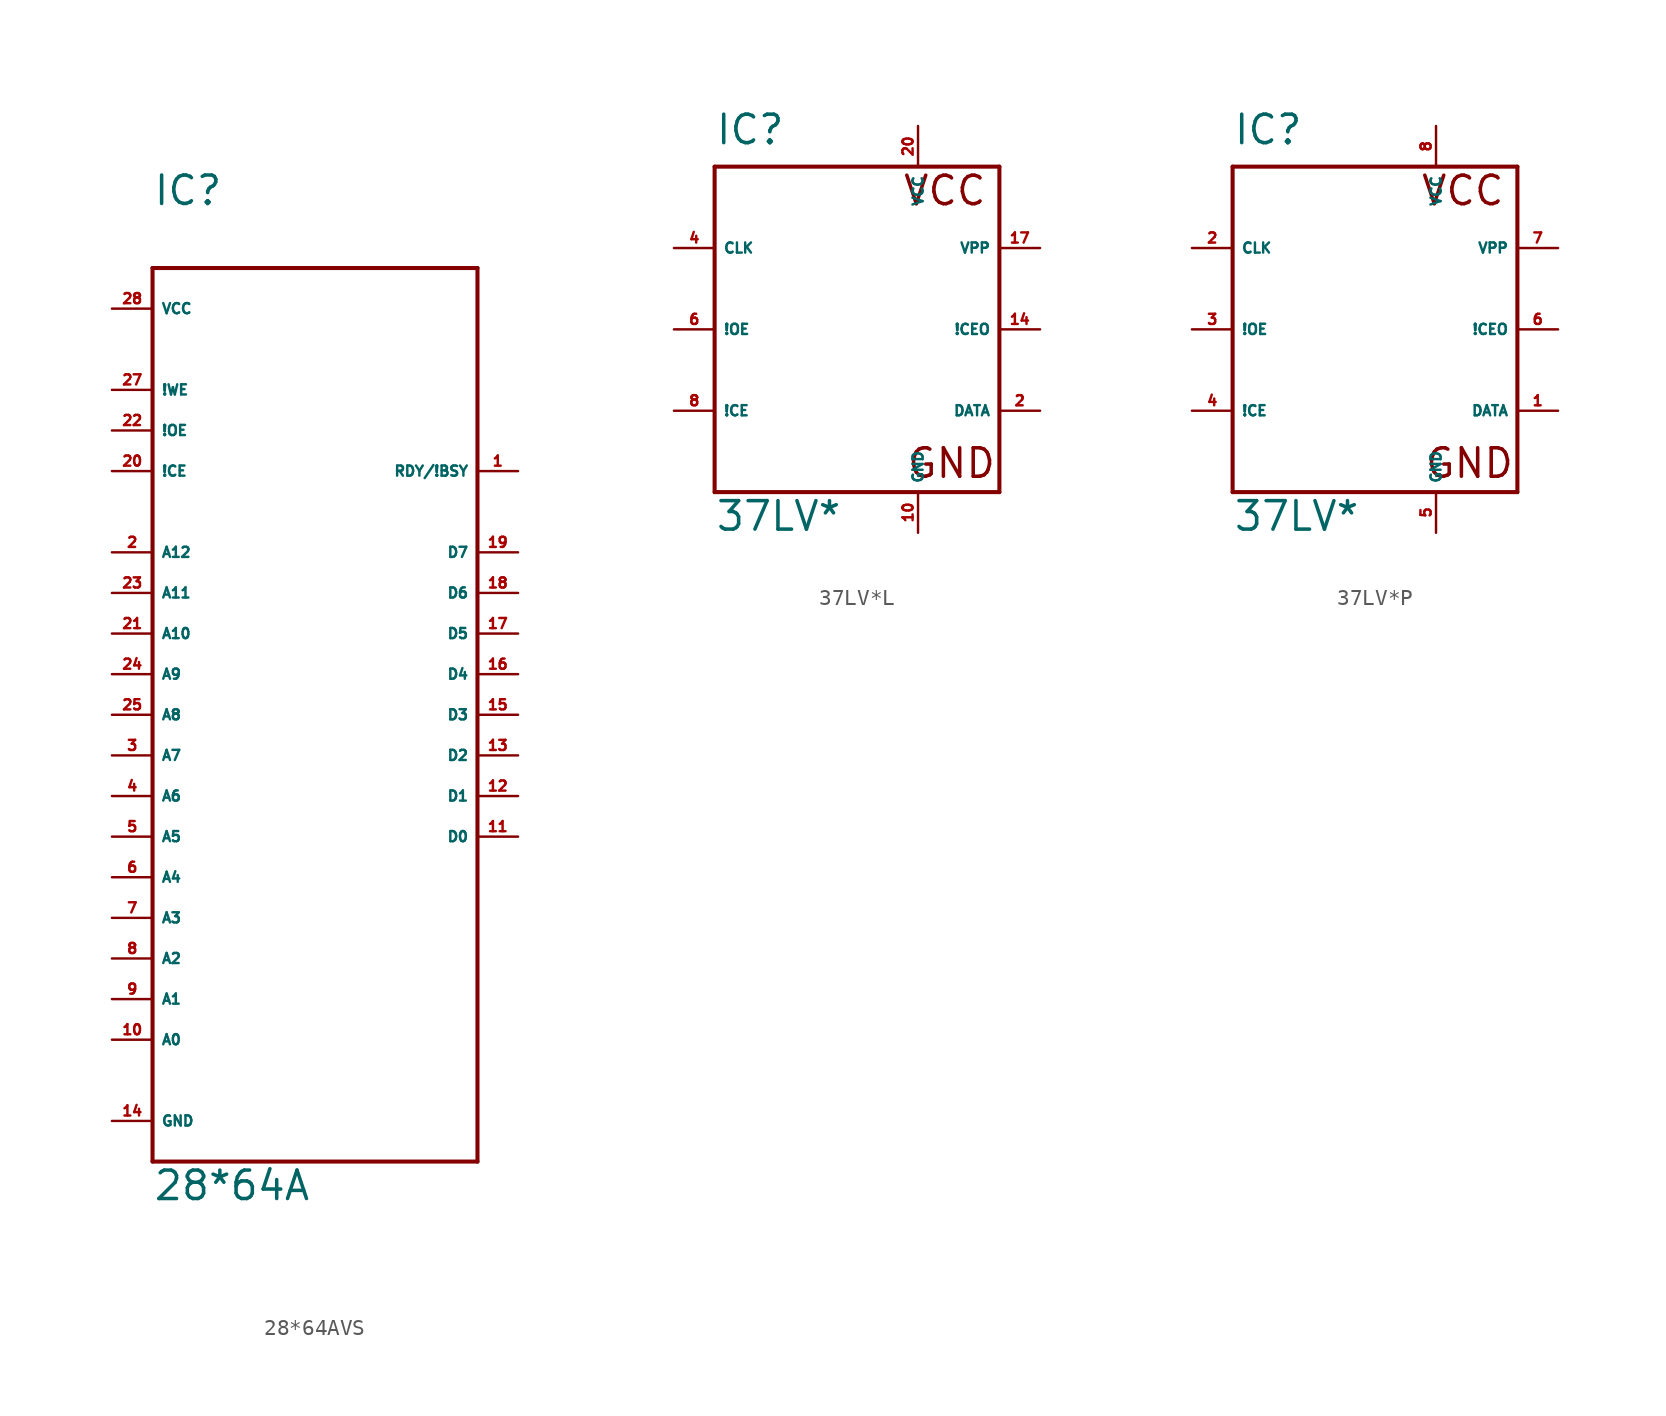
<source format=kicad_sym>
(kicad_symbol_lib
  (version 20220914)
  (generator Eagle2Kicad)
  (symbol "28*64AVS"
    (property "Reference" "IC"
      (at -10.16 29.21 0)
      (effects (font (size 1.778 1.778) (thickness 0.22)) (justify left bottom)))
    (property "Value" "28*64A"
      (at -10.16 -33.02 0)
      (effects (font (size 1.778 1.778) (thickness 0.22)) (justify left bottom)))
    (polyline
      (pts (xy -10.16 25.4) (xy 10.16 25.4))
      (stroke (width 0.254) (type default))
      (fill (type none)))
    (polyline
      (pts (xy 10.16 25.4) (xy 10.16 -30.48))
      (stroke (width 0.254) (type default))
      (fill (type none)))
    (polyline
      (pts (xy 10.16 -30.48) (xy -10.16 -30.48))
      (stroke (width 0.254) (type default))
      (fill (type none)))
    (polyline
      (pts (xy -10.16 -30.48) (xy -10.16 25.4))
      (stroke (width 0.254) (type default))
      (fill (type none)))
    (pin input line
      (at -12.7 -22.86 0)
      (length 2.54)
      (name "A0" (effects (font (size 0.635 0.635) (thickness 0.08)) (justify left bottom)))
      (number "10" (effects (font (size 0.635 0.635) (thickness 0.08)) (justify left bottom))))
    (pin input line
      (at -12.7 -20.32 0)
      (length 2.54)
      (name "A1" (effects (font (size 0.635 0.635) (thickness 0.08)) (justify left bottom)))
      (number "9" (effects (font (size 0.635 0.635) (thickness 0.08)) (justify left bottom))))
    (pin input line
      (at -12.7 -17.78 0)
      (length 2.54)
      (name "A2" (effects (font (size 0.635 0.635) (thickness 0.08)) (justify left bottom)))
      (number "8" (effects (font (size 0.635 0.635) (thickness 0.08)) (justify left bottom))))
    (pin input line
      (at -12.7 -15.24 0)
      (length 2.54)
      (name "A3" (effects (font (size 0.635 0.635) (thickness 0.08)) (justify left bottom)))
      (number "7" (effects (font (size 0.635 0.635) (thickness 0.08)) (justify left bottom))))
    (pin input line
      (at -12.7 -12.7 0)
      (length 2.54)
      (name "A4" (effects (font (size 0.635 0.635) (thickness 0.08)) (justify left bottom)))
      (number "6" (effects (font (size 0.635 0.635) (thickness 0.08)) (justify left bottom))))
    (pin input line
      (at -12.7 -10.16 0)
      (length 2.54)
      (name "A5" (effects (font (size 0.635 0.635) (thickness 0.08)) (justify left bottom)))
      (number "5" (effects (font (size 0.635 0.635) (thickness 0.08)) (justify left bottom))))
    (pin input line
      (at -12.7 -7.62 0)
      (length 2.54)
      (name "A6" (effects (font (size 0.635 0.635) (thickness 0.08)) (justify left bottom)))
      (number "4" (effects (font (size 0.635 0.635) (thickness 0.08)) (justify left bottom))))
    (pin input line
      (at -12.7 -5.08 0)
      (length 2.54)
      (name "A7" (effects (font (size 0.635 0.635) (thickness 0.08)) (justify left bottom)))
      (number "3" (effects (font (size 0.635 0.635) (thickness 0.08)) (justify left bottom))))
    (pin input line
      (at -12.7 -2.54 0)
      (length 2.54)
      (name "A8" (effects (font (size 0.635 0.635) (thickness 0.08)) (justify left bottom)))
      (number "25" (effects (font (size 0.635 0.635) (thickness 0.08)) (justify left bottom))))
    (pin input line
      (at -12.7 17.78 0)
      (length 2.54)
      (name "!WE" (effects (font (size 0.635 0.635) (thickness 0.08)) (justify left bottom)))
      (number "27" (effects (font (size 0.635 0.635) (thickness 0.08)) (justify left bottom))))
    (pin input line
      (at -12.7 12.7 0)
      (length 2.54)
      (name "!CE" (effects (font (size 0.635 0.635) (thickness 0.08)) (justify left bottom)))
      (number "20" (effects (font (size 0.635 0.635) (thickness 0.08)) (justify left bottom))))
    (pin input line
      (at -12.7 15.24 0)
      (length 2.54)
      (name "!OE" (effects (font (size 0.635 0.635) (thickness 0.08)) (justify left bottom)))
      (number "22" (effects (font (size 0.635 0.635) (thickness 0.08)) (justify left bottom))))
    (pin tri_state line
      (at 12.7 -10.16 180)
      (length 2.54)
      (name "D0" (effects (font (size 0.635 0.635) (thickness 0.08)) (justify left bottom)))
      (number "11" (effects (font (size 0.635 0.635) (thickness 0.08)) (justify left bottom))))
    (pin tri_state line
      (at 12.7 -7.62 180)
      (length 2.54)
      (name "D1" (effects (font (size 0.635 0.635) (thickness 0.08)) (justify left bottom)))
      (number "12" (effects (font (size 0.635 0.635) (thickness 0.08)) (justify left bottom))))
    (pin tri_state line
      (at 12.7 -5.08 180)
      (length 2.54)
      (name "D2" (effects (font (size 0.635 0.635) (thickness 0.08)) (justify left bottom)))
      (number "13" (effects (font (size 0.635 0.635) (thickness 0.08)) (justify left bottom))))
    (pin tri_state line
      (at 12.7 -2.54 180)
      (length 2.54)
      (name "D3" (effects (font (size 0.635 0.635) (thickness 0.08)) (justify left bottom)))
      (number "15" (effects (font (size 0.635 0.635) (thickness 0.08)) (justify left bottom))))
    (pin tri_state line
      (at 12.7 0 180)
      (length 2.54)
      (name "D4" (effects (font (size 0.635 0.635) (thickness 0.08)) (justify left bottom)))
      (number "16" (effects (font (size 0.635 0.635) (thickness 0.08)) (justify left bottom))))
    (pin tri_state line
      (at 12.7 2.54 180)
      (length 2.54)
      (name "D5" (effects (font (size 0.635 0.635) (thickness 0.08)) (justify left bottom)))
      (number "17" (effects (font (size 0.635 0.635) (thickness 0.08)) (justify left bottom))))
    (pin tri_state line
      (at 12.7 5.08 180)
      (length 2.54)
      (name "D6" (effects (font (size 0.635 0.635) (thickness 0.08)) (justify left bottom)))
      (number "18" (effects (font (size 0.635 0.635) (thickness 0.08)) (justify left bottom))))
    (pin tri_state line
      (at 12.7 7.62 180)
      (length 2.54)
      (name "D7" (effects (font (size 0.635 0.635) (thickness 0.08)) (justify left bottom)))
      (number "19" (effects (font (size 0.635 0.635) (thickness 0.08)) (justify left bottom))))
    (pin unspecified line
      (at -12.7 22.86 0)
      (length 2.54)
      (name "VCC" (effects (font (size 0.635 0.635) (thickness 0.08)) (justify left bottom)))
      (number "28" (effects (font (size 0.635 0.635) (thickness 0.08)) (justify left bottom))))
    (pin unspecified line
      (at -12.7 -27.94 0)
      (length 2.54)
      (name "GND" (effects (font (size 0.635 0.635) (thickness 0.08)) (justify left bottom)))
      (number "14" (effects (font (size 0.635 0.635) (thickness 0.08)) (justify left bottom))))
    (pin input line
      (at -12.7 0 0)
      (length 2.54)
      (name "A9" (effects (font (size 0.635 0.635) (thickness 0.08)) (justify left bottom)))
      (number "24" (effects (font (size 0.635 0.635) (thickness 0.08)) (justify left bottom))))
    (pin input line
      (at -12.7 2.54 0)
      (length 2.54)
      (name "A10" (effects (font (size 0.635 0.635) (thickness 0.08)) (justify left bottom)))
      (number "21" (effects (font (size 0.635 0.635) (thickness 0.08)) (justify left bottom))))
    (pin output line
      (at 12.7 12.7 180)
      (length 2.54)
      (name "RDY/!BSY" (effects (font (size 0.635 0.635) (thickness 0.08)) (justify left bottom)))
      (number "1" (effects (font (size 0.635 0.635) (thickness 0.08)) (justify left bottom))))
    (pin input line
      (at -12.7 5.08 0)
      (length 2.54)
      (name "A11" (effects (font (size 0.635 0.635) (thickness 0.08)) (justify left bottom)))
      (number "23" (effects (font (size 0.635 0.635) (thickness 0.08)) (justify left bottom))))
    (pin input line
      (at -12.7 7.62 0)
      (length 2.54)
      (name "A12" (effects (font (size 0.635 0.635) (thickness 0.08)) (justify left bottom)))
      (number "2" (effects (font (size 0.635 0.635) (thickness 0.08)) (justify left bottom)))))
  (symbol "37LV*L"
    (property "Reference" "IC"
      (at -10.16 11.43 0)
      (effects (font (size 1.778 1.778) (thickness 0.22)) (justify left bottom)))
    (property "Value" "37LV*"
      (at -10.16 -12.7 0)
      (effects (font (size 1.778 1.778) (thickness 0.22)) (justify left bottom)))
    (polyline
      (pts (xy -10.16 10.16) (xy 7.62 10.16))
      (stroke (width 0.254) (type default))
      (fill (type none)))
    (polyline
      (pts (xy 7.62 10.16) (xy 7.62 -10.16))
      (stroke (width 0.254) (type default))
      (fill (type none)))
    (polyline
      (pts (xy 7.62 -10.16) (xy -10.16 -10.16))
      (stroke (width 0.254) (type default))
      (fill (type none)))
    (polyline
      (pts (xy -10.16 -10.16) (xy -10.16 10.16))
      (stroke (width 0.254) (type default))
      (fill (type none)))
    (text "VCC"
      (at 1.524 7.62 0)
      (effects (font (size 1.778 1.778) (thickness 0.22)) (justify left bottom)))
    (text "GND"
      (at 1.778 -9.398 0)
      (effects (font (size 1.778 1.778) (thickness 0.22)) (justify left bottom)))
    (pin unspecified line
      (at 2.54 12.7 270)
      (length 2.54)
      (name "VCC" (effects (font (size 0.635 0.635) (thickness 0.08)) (justify left bottom)))
      (number "20" (effects (font (size 0.635 0.635) (thickness 0.08)) (justify left bottom))))
    (pin unspecified line
      (at 2.54 -12.7 90)
      (length 2.54)
      (name "GND" (effects (font (size 0.635 0.635) (thickness 0.08)) (justify left bottom)))
      (number "10" (effects (font (size 0.635 0.635) (thickness 0.08)) (justify left bottom))))
    (pin input line
      (at -12.7 5.08 0)
      (length 2.54)
      (name "CLK" (effects (font (size 0.635 0.635) (thickness 0.08)) (justify left bottom)))
      (number "4" (effects (font (size 0.635 0.635) (thickness 0.08)) (justify left bottom))))
    (pin tri_state line
      (at 10.16 -5.08 180)
      (length 2.54)
      (name "DATA" (effects (font (size 0.635 0.635) (thickness 0.08)) (justify left bottom)))
      (number "2" (effects (font (size 0.635 0.635) (thickness 0.08)) (justify left bottom))))
    (pin input line
      (at -12.7 0 0)
      (length 2.54)
      (name "!OE" (effects (font (size 0.635 0.635) (thickness 0.08)) (justify left bottom)))
      (number "6" (effects (font (size 0.635 0.635) (thickness 0.08)) (justify left bottom))))
    (pin input line
      (at -12.7 -5.08 0)
      (length 2.54)
      (name "!CE" (effects (font (size 0.635 0.635) (thickness 0.08)) (justify left bottom)))
      (number "8" (effects (font (size 0.635 0.635) (thickness 0.08)) (justify left bottom))))
    (pin input line
      (at 10.16 5.08 180)
      (length 2.54)
      (name "VPP" (effects (font (size 0.635 0.635) (thickness 0.08)) (justify left bottom)))
      (number "17" (effects (font (size 0.635 0.635) (thickness 0.08)) (justify left bottom))))
    (pin output line
      (at 10.16 0 180)
      (length 2.54)
      (name "!CEO" (effects (font (size 0.635 0.635) (thickness 0.08)) (justify left bottom)))
      (number "14" (effects (font (size 0.635 0.635) (thickness 0.08)) (justify left bottom)))))
  (symbol "37LV*P"
    (property "Reference" "IC"
      (at -10.16 11.43 0)
      (effects (font (size 1.778 1.778) (thickness 0.22)) (justify left bottom)))
    (property "Value" "37LV*"
      (at -10.16 -12.7 0)
      (effects (font (size 1.778 1.778) (thickness 0.22)) (justify left bottom)))
    (polyline
      (pts (xy -10.16 10.16) (xy 7.62 10.16))
      (stroke (width 0.254) (type default))
      (fill (type none)))
    (polyline
      (pts (xy 7.62 10.16) (xy 7.62 -10.16))
      (stroke (width 0.254) (type default))
      (fill (type none)))
    (polyline
      (pts (xy 7.62 -10.16) (xy -10.16 -10.16))
      (stroke (width 0.254) (type default))
      (fill (type none)))
    (polyline
      (pts (xy -10.16 -10.16) (xy -10.16 10.16))
      (stroke (width 0.254) (type default))
      (fill (type none)))
    (text "VCC"
      (at 1.524 7.62 0)
      (effects (font (size 1.778 1.778) (thickness 0.22)) (justify left bottom)))
    (text "GND"
      (at 1.778 -9.398 0)
      (effects (font (size 1.778 1.778) (thickness 0.22)) (justify left bottom)))
    (pin unspecified line
      (at 2.54 12.7 270)
      (length 2.54)
      (name "VCC" (effects (font (size 0.635 0.635) (thickness 0.08)) (justify left bottom)))
      (number "8" (effects (font (size 0.635 0.635) (thickness 0.08)) (justify left bottom))))
    (pin unspecified line
      (at 2.54 -12.7 90)
      (length 2.54)
      (name "GND" (effects (font (size 0.635 0.635) (thickness 0.08)) (justify left bottom)))
      (number "5" (effects (font (size 0.635 0.635) (thickness 0.08)) (justify left bottom))))
    (pin input line
      (at -12.7 5.08 0)
      (length 2.54)
      (name "CLK" (effects (font (size 0.635 0.635) (thickness 0.08)) (justify left bottom)))
      (number "2" (effects (font (size 0.635 0.635) (thickness 0.08)) (justify left bottom))))
    (pin tri_state line
      (at 10.16 -5.08 180)
      (length 2.54)
      (name "DATA" (effects (font (size 0.635 0.635) (thickness 0.08)) (justify left bottom)))
      (number "1" (effects (font (size 0.635 0.635) (thickness 0.08)) (justify left bottom))))
    (pin input line
      (at -12.7 0 0)
      (length 2.54)
      (name "!OE" (effects (font (size 0.635 0.635) (thickness 0.08)) (justify left bottom)))
      (number "3" (effects (font (size 0.635 0.635) (thickness 0.08)) (justify left bottom))))
    (pin input line
      (at -12.7 -5.08 0)
      (length 2.54)
      (name "!CE" (effects (font (size 0.635 0.635) (thickness 0.08)) (justify left bottom)))
      (number "4" (effects (font (size 0.635 0.635) (thickness 0.08)) (justify left bottom))))
    (pin input line
      (at 10.16 5.08 180)
      (length 2.54)
      (name "VPP" (effects (font (size 0.635 0.635) (thickness 0.08)) (justify left bottom)))
      (number "7" (effects (font (size 0.635 0.635) (thickness 0.08)) (justify left bottom))))
    (pin output line
      (at 10.16 0 180)
      (length 2.54)
      (name "!CEO" (effects (font (size 0.635 0.635) (thickness 0.08)) (justify left bottom)))
      (number "6" (effects (font (size 0.635 0.635) (thickness 0.08)) (justify left bottom))))))
</source>
